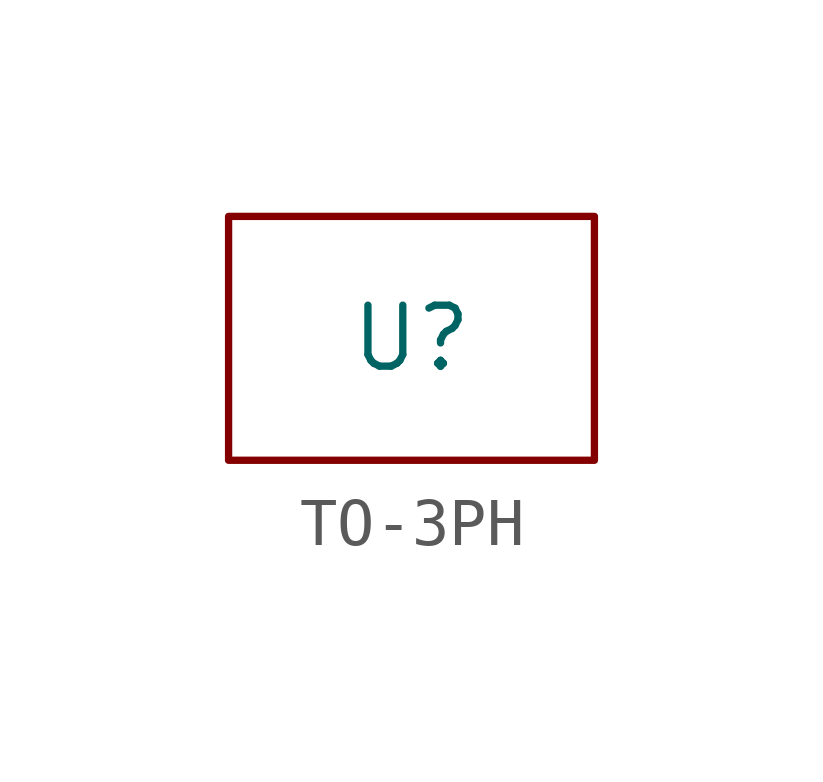
<source format=kicad_sym>
(kicad_symbol_lib
  (version 20231120)
  (generator "kicad_symbol_editor")
  (generator_version "8.0")
  (symbol "TO-3PH"
    (property "Reference" "U"
      (at 0 0 0)
      (effects (font (size 1.27 1.27))))
    (property "Value" ""
      (at 0 0 0)
      (effects (font (size 1.27 1.27))))
    (symbol "TO-3PH_1_1"
      (rectangle (start -3.81 2.54) (end 3.81 -2.54) (stroke (width 0) (type default)) (fill (type none))))))
</source>
